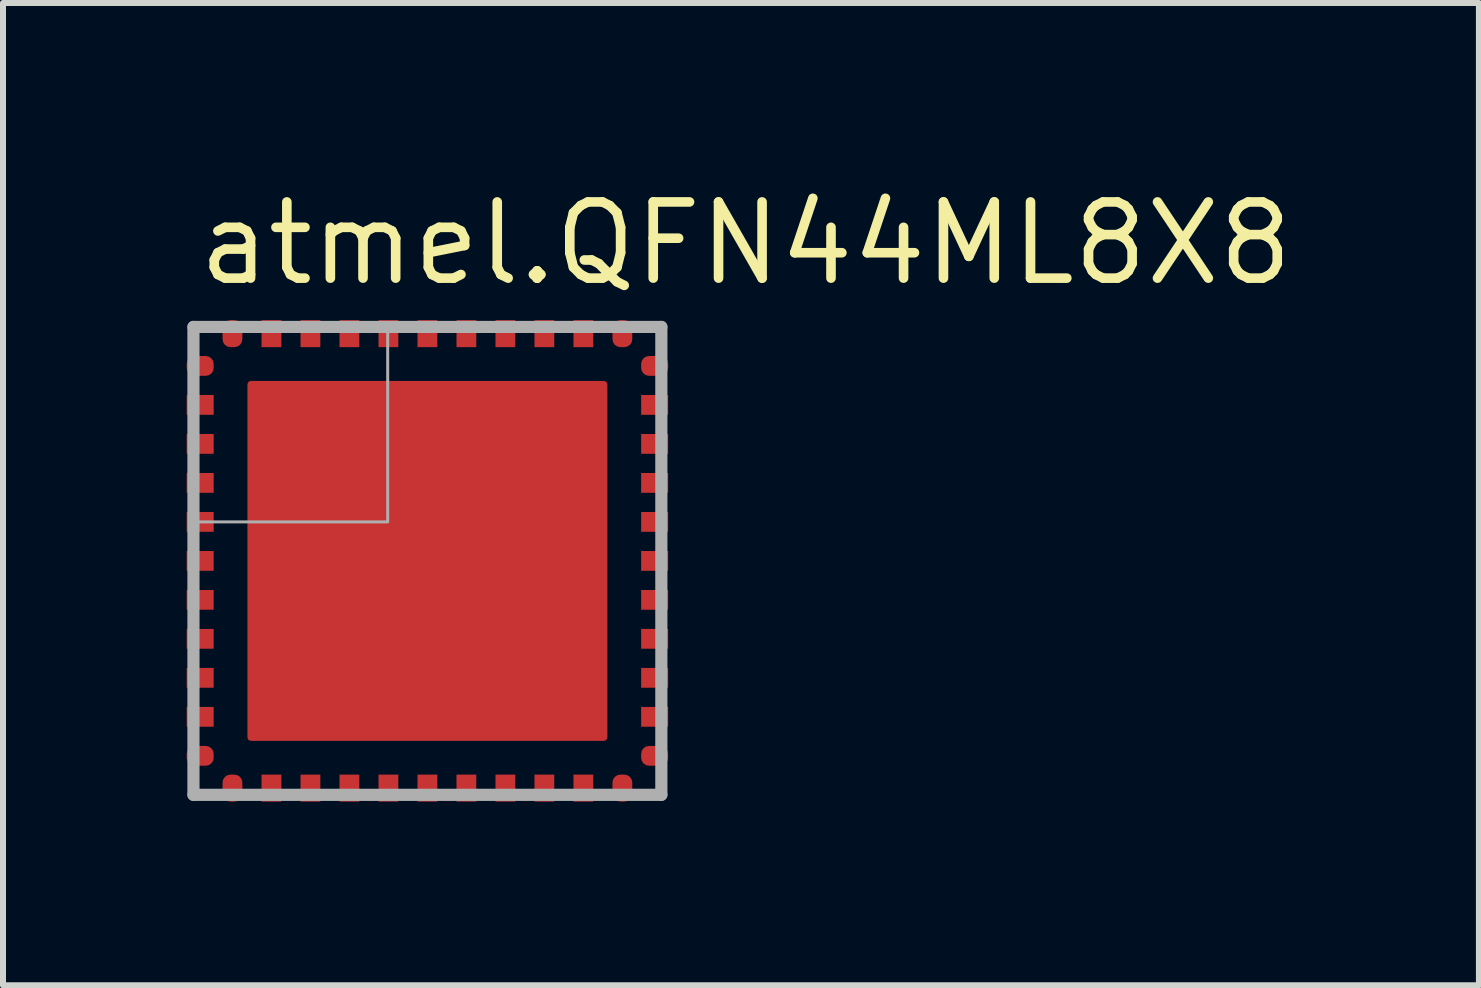
<source format=kicad_pcb>
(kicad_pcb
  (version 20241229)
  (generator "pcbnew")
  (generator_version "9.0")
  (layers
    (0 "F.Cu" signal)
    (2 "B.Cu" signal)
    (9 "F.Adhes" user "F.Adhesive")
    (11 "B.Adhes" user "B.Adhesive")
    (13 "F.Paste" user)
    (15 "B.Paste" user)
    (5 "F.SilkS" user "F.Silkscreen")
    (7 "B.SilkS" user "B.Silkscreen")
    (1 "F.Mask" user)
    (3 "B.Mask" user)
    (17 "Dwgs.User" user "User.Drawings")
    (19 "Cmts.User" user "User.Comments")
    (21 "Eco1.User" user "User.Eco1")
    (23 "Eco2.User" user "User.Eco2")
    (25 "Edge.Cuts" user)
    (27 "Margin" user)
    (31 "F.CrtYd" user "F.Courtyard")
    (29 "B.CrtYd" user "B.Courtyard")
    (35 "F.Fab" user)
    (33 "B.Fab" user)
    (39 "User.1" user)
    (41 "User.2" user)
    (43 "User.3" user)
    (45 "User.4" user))
  (footprint "atmel.QFN44ML8X8"
    (layer "F.Cu")
    (at 4.075 6.3)
    (property "Reference" "atmel.QFN44ML8X8" (at -3.9 -4.55 0) (layer "F.SilkS") (effects (font (size 1.27 1.27) (thickness 0.16)) (justify left bottom)))
    (attr smd)
    (fp_rect (start -4.05 -3.05) (end -3.525 -3.45) (stroke (width 0.05) (type default)) (fill yes) (layer "F.Mask"))
    (fp_rect (start -4.05 -2.4) (end -3.525 -2.8) (stroke (width 0.05) (type default)) (fill yes) (layer "F.Mask"))
    (fp_rect (start -4.05 -1.75) (end -3.525 -2.15) (stroke (width 0.05) (type default)) (fill yes) (layer "F.Mask"))
    (fp_rect (start -4.05 -1.1) (end -3.525 -1.5) (stroke (width 0.05) (type default)) (fill yes) (layer "F.Mask"))
    (fp_rect (start -4.05 -0.45) (end -3.525 -0.85) (stroke (width 0.05) (type default)) (fill yes) (layer "F.Mask"))
    (fp_rect (start -4.05 0.2) (end -3.525 -0.2) (stroke (width 0.05) (type default)) (fill yes) (layer "F.Mask"))
    (fp_rect (start -4.05 0.85) (end -3.525 0.45) (stroke (width 0.05) (type default)) (fill yes) (layer "F.Mask"))
    (fp_rect (start -4.05 1.5) (end -3.525 1.1) (stroke (width 0.05) (type default)) (fill yes) (layer "F.Mask"))
    (fp_rect (start -4.05 2.15) (end -3.525 1.75) (stroke (width 0.05) (type default)) (fill yes) (layer "F.Mask"))
    (fp_rect (start -4.05 2.8) (end -3.525 2.4) (stroke (width 0.05) (type default)) (fill yes) (layer "F.Mask"))
    (fp_rect (start -4.05 3.45) (end -3.525 3.05) (stroke (width 0.05) (type default)) (fill yes) (layer "F.Mask"))
    (fp_rect (start -3.45 -3.525) (end -3.05 -4.05) (stroke (width 0.05) (type default)) (fill yes) (layer "F.Mask"))
    (fp_rect (start -3.45 4.05) (end -3.05 3.525) (stroke (width 0.05) (type default)) (fill yes) (layer "F.Mask"))
    (fp_rect (start -2.962 2.962) (end 2.962 -2.962) (stroke (width 0.05) (type default)) (fill yes) (layer "F.Mask"))
    (fp_rect (start -2.8 -3.525) (end -2.4 -4.05) (stroke (width 0.05) (type default)) (fill yes) (layer "F.Mask"))
    (fp_rect (start -2.8 4.05) (end -2.4 3.525) (stroke (width 0.05) (type default)) (fill yes) (layer "F.Mask"))
    (fp_rect (start -2.15 -3.525) (end -1.75 -4.05) (stroke (width 0.05) (type default)) (fill yes) (layer "F.Mask"))
    (fp_rect (start -2.15 4.05) (end -1.75 3.525) (stroke (width 0.05) (type default)) (fill yes) (layer "F.Mask"))
    (fp_rect (start -1.5 -3.525) (end -1.1 -4.05) (stroke (width 0.05) (type default)) (fill yes) (layer "F.Mask"))
    (fp_rect (start -1.5 4.05) (end -1.1 3.525) (stroke (width 0.05) (type default)) (fill yes) (layer "F.Mask"))
    (fp_rect (start -0.85 -3.525) (end -0.45 -4.05) (stroke (width 0.05) (type default)) (fill yes) (layer "F.Mask"))
    (fp_rect (start -0.85 4.05) (end -0.45 3.525) (stroke (width 0.05) (type default)) (fill yes) (layer "F.Mask"))
    (fp_rect (start -0.2 -3.525) (end 0.2 -4.05) (stroke (width 0.05) (type default)) (fill yes) (layer "F.Mask"))
    (fp_rect (start -0.2 4.05) (end 0.2 3.525) (stroke (width 0.05) (type default)) (fill yes) (layer "F.Mask"))
    (fp_rect (start 0.45 -3.525) (end 0.85 -4.05) (stroke (width 0.05) (type default)) (fill yes) (layer "F.Mask"))
    (fp_rect (start 0.45 4.05) (end 0.85 3.525) (stroke (width 0.05) (type default)) (fill yes) (layer "F.Mask"))
    (fp_rect (start 1.1 -3.525) (end 1.5 -4.05) (stroke (width 0.05) (type default)) (fill yes) (layer "F.Mask"))
    (fp_rect (start 1.1 4.05) (end 1.5 3.525) (stroke (width 0.05) (type default)) (fill yes) (layer "F.Mask"))
    (fp_rect (start 1.75 -3.525) (end 2.15 -4.05) (stroke (width 0.05) (type default)) (fill yes) (layer "F.Mask"))
    (fp_rect (start 1.75 4.05) (end 2.15 3.525) (stroke (width 0.05) (type default)) (fill yes) (layer "F.Mask"))
    (fp_rect (start 2.4 -3.525) (end 2.8 -4.05) (stroke (width 0.05) (type default)) (fill yes) (layer "F.Mask"))
    (fp_rect (start 2.4 4.05) (end 2.8 3.525) (stroke (width 0.05) (type default)) (fill yes) (layer "F.Mask"))
    (fp_rect (start 3.05 -3.525) (end 3.45 -4.05) (stroke (width 0.05) (type default)) (fill yes) (layer "F.Mask"))
    (fp_rect (start 3.05 4.05) (end 3.45 3.525) (stroke (width 0.05) (type default)) (fill yes) (layer "F.Mask"))
    (fp_rect (start 3.525 -3.05) (end 4.05 -3.45) (stroke (width 0.05) (type default)) (fill yes) (layer "F.Mask"))
    (fp_rect (start 3.525 -2.4) (end 4.05 -2.8) (stroke (width 0.05) (type default)) (fill yes) (layer "F.Mask"))
    (fp_rect (start 3.525 -1.75) (end 4.05 -2.15) (stroke (width 0.05) (type default)) (fill yes) (layer "F.Mask"))
    (fp_rect (start 3.525 -1.1) (end 4.05 -1.5) (stroke (width 0.05) (type default)) (fill yes) (layer "F.Mask"))
    (fp_rect (start 3.525 -0.45) (end 4.05 -0.85) (stroke (width 0.05) (type default)) (fill yes) (layer "F.Mask"))
    (fp_rect (start 3.525 0.2) (end 4.05 -0.2) (stroke (width 0.05) (type default)) (fill yes) (layer "F.Mask"))
    (fp_rect (start 3.525 0.85) (end 4.05 0.45) (stroke (width 0.05) (type default)) (fill yes) (layer "F.Mask"))
    (fp_rect (start 3.525 1.5) (end 4.05 1.1) (stroke (width 0.05) (type default)) (fill yes) (layer "F.Mask"))
    (fp_rect (start 3.525 2.15) (end 4.05 1.75) (stroke (width 0.05) (type default)) (fill yes) (layer "F.Mask"))
    (fp_rect (start 3.525 2.8) (end 4.05 2.4) (stroke (width 0.05) (type default)) (fill yes) (layer "F.Mask"))
    (fp_rect (start 3.525 3.45) (end 4.05 3.05) (stroke (width 0.05) (type default)) (fill yes) (layer "F.Mask"))
    (fp_line (start -3.9 -3.9) (end -3.9 3.9) (stroke (width 0.203) (type default)) (layer "F.Fab"))
    (fp_line (start -3.9 3.9) (end 3.9 3.9) (stroke (width 0.203) (type default)) (layer "F.Fab"))
    (fp_line (start 3.9 -3.9) (end -3.9 -3.9) (stroke (width 0.203) (type default)) (layer "F.Fab"))
    (fp_line (start 3.9 3.9) (end 3.9 -3.9) (stroke (width 0.203) (type default)) (layer "F.Fab"))
    (fp_rect (start -3.837 -0.65) (end -0.662 -3.837) (stroke (width 0.05) (type default)) (fill no) (layer "F.Fab"))
    (pad "1" smd roundrect (at -3.788 -3.25) (size 0.45 0.33) (layers "F.Cu" "F.Mask" "F.Paste") (roundrect_rratio 0.4))
    (pad "2" smd roundrect (at -3.788 -2.6) (size 0.45 0.33) (layers "F.Cu" "F.Mask" "F.Paste") (roundrect_rratio 0.01))
    (pad "3" smd roundrect (at -3.788 -1.95) (size 0.45 0.33) (layers "F.Cu" "F.Mask" "F.Paste") (roundrect_rratio 0.01))
    (pad "4" smd roundrect (at -3.788 -1.3) (size 0.45 0.33) (layers "F.Cu" "F.Mask" "F.Paste") (roundrect_rratio 0.01))
    (pad "5" smd roundrect (at -3.788 -0.65) (size 0.45 0.33) (layers "F.Cu" "F.Mask" "F.Paste") (roundrect_rratio 0.01))
    (pad "6" smd roundrect (at -3.788 0) (size 0.45 0.33) (layers "F.Cu" "F.Mask" "F.Paste") (roundrect_rratio 0.01))
    (pad "7" smd roundrect (at -3.788 0.65) (size 0.45 0.33) (layers "F.Cu" "F.Mask" "F.Paste") (roundrect_rratio 0.01))
    (pad "8" smd roundrect (at -3.788 1.3) (size 0.45 0.33) (layers "F.Cu" "F.Mask" "F.Paste") (roundrect_rratio 0.01))
    (pad "9" smd roundrect (at -3.788 1.95) (size 0.45 0.33) (layers "F.Cu" "F.Mask" "F.Paste") (roundrect_rratio 0.01))
    (pad "10" smd roundrect (at -3.788 2.6) (size 0.45 0.33) (layers "F.Cu" "F.Mask" "F.Paste") (roundrect_rratio 0.01))
    (pad "11" smd roundrect (at -3.788 3.25) (size 0.45 0.33) (layers "F.Cu" "F.Mask" "F.Paste") (roundrect_rratio 0.4))
    (pad "12" smd roundrect (at -3.25 3.788 90) (size 0.45 0.33) (layers "F.Cu" "F.Mask" "F.Paste") (roundrect_rratio 0.4))
    (pad "13" smd roundrect (at -2.6 3.788 90) (size 0.45 0.33) (layers "F.Cu" "F.Mask" "F.Paste") (roundrect_rratio 0.01))
    (pad "14" smd roundrect (at -1.95 3.788 90) (size 0.45 0.33) (layers "F.Cu" "F.Mask" "F.Paste") (roundrect_rratio 0.01))
    (pad "15" smd roundrect (at -1.3 3.788 90) (size 0.45 0.33) (layers "F.Cu" "F.Mask" "F.Paste") (roundrect_rratio 0.01))
    (pad "16" smd roundrect (at -0.65 3.788 90) (size 0.45 0.33) (layers "F.Cu" "F.Mask" "F.Paste") (roundrect_rratio 0.01))
    (pad "17" smd roundrect (at 0 3.788 90) (size 0.45 0.33) (layers "F.Cu" "F.Mask" "F.Paste") (roundrect_rratio 0.01))
    (pad "18" smd roundrect (at 0.65 3.788 90) (size 0.45 0.33) (layers "F.Cu" "F.Mask" "F.Paste") (roundrect_rratio 0.01))
    (pad "19" smd roundrect (at 1.3 3.788 90) (size 0.45 0.33) (layers "F.Cu" "F.Mask" "F.Paste") (roundrect_rratio 0.01))
    (pad "20" smd roundrect (at 1.95 3.788 90) (size 0.45 0.33) (layers "F.Cu" "F.Mask" "F.Paste") (roundrect_rratio 0.01))
    (pad "21" smd roundrect (at 2.6 3.788 90) (size 0.45 0.33) (layers "F.Cu" "F.Mask" "F.Paste") (roundrect_rratio 0.01))
    (pad "22" smd roundrect (at 3.25 3.788 90) (size 0.45 0.33) (layers "F.Cu" "F.Mask" "F.Paste") (roundrect_rratio 0.4))
    (pad "23" smd roundrect (at 3.788 3.25 180) (size 0.45 0.33) (layers "F.Cu" "F.Mask" "F.Paste") (roundrect_rratio 0.4))
    (pad "24" smd roundrect (at 3.788 2.6 180) (size 0.45 0.33) (layers "F.Cu" "F.Mask" "F.Paste") (roundrect_rratio 0.01))
    (pad "25" smd roundrect (at 3.788 1.95 180) (size 0.45 0.33) (layers "F.Cu" "F.Mask" "F.Paste") (roundrect_rratio 0.01))
    (pad "26" smd roundrect (at 3.788 1.3 180) (size 0.45 0.33) (layers "F.Cu" "F.Mask" "F.Paste") (roundrect_rratio 0.01))
    (pad "27" smd roundrect (at 3.788 0.65 180) (size 0.45 0.33) (layers "F.Cu" "F.Mask" "F.Paste") (roundrect_rratio 0.01))
    (pad "28" smd roundrect (at 3.788 0 180) (size 0.45 0.33) (layers "F.Cu" "F.Mask" "F.Paste") (roundrect_rratio 0.01))
    (pad "29" smd roundrect (at 3.788 -0.65 180) (size 0.45 0.33) (layers "F.Cu" "F.Mask" "F.Paste") (roundrect_rratio 0.01))
    (pad "30" smd roundrect (at 3.788 -1.3 180) (size 0.45 0.33) (layers "F.Cu" "F.Mask" "F.Paste") (roundrect_rratio 0.01))
    (pad "31" smd roundrect (at 3.788 -1.95 180) (size 0.45 0.33) (layers "F.Cu" "F.Mask" "F.Paste") (roundrect_rratio 0.01))
    (pad "32" smd roundrect (at 3.788 -2.6 180) (size 0.45 0.33) (layers "F.Cu" "F.Mask" "F.Paste") (roundrect_rratio 0.01))
    (pad "33" smd roundrect (at 3.788 -3.25 180) (size 0.45 0.33) (layers "F.Cu" "F.Mask" "F.Paste") (roundrect_rratio 0.4))
    (pad "34" smd roundrect (at 3.25 -3.788 270) (size 0.45 0.33) (layers "F.Cu" "F.Mask" "F.Paste") (roundrect_rratio 0.4))
    (pad "35" smd roundrect (at 2.6 -3.788 270) (size 0.45 0.33) (layers "F.Cu" "F.Mask" "F.Paste") (roundrect_rratio 0.01))
    (pad "36" smd roundrect (at 1.95 -3.788 270) (size 0.45 0.33) (layers "F.Cu" "F.Mask" "F.Paste") (roundrect_rratio 0.01))
    (pad "37" smd roundrect (at 1.3 -3.788 270) (size 0.45 0.33) (layers "F.Cu" "F.Mask" "F.Paste") (roundrect_rratio 0.01))
    (pad "38" smd roundrect (at 0.65 -3.788 270) (size 0.45 0.33) (layers "F.Cu" "F.Mask" "F.Paste") (roundrect_rratio 0.01))
    (pad "39" smd roundrect (at 0 -3.788 270) (size 0.45 0.33) (layers "F.Cu" "F.Mask" "F.Paste") (roundrect_rratio 0.01))
    (pad "40" smd roundrect (at -0.65 -3.788 270) (size 0.45 0.33) (layers "F.Cu" "F.Mask" "F.Paste") (roundrect_rratio 0.01))
    (pad "41" smd roundrect (at -1.3 -3.788 270) (size 0.45 0.33) (layers "F.Cu" "F.Mask" "F.Paste") (roundrect_rratio 0.01))
    (pad "42" smd roundrect (at -1.95 -3.788 270) (size 0.45 0.33) (layers "F.Cu" "F.Mask" "F.Paste") (roundrect_rratio 0.01))
    (pad "43" smd roundrect (at -2.6 -3.788 270) (size 0.45 0.33) (layers "F.Cu" "F.Mask" "F.Paste") (roundrect_rratio 0.01))
    (pad "44" smd roundrect (at -3.25 -3.788 270) (size 0.45 0.33) (layers "F.Cu" "F.Mask" "F.Paste") (roundrect_rratio 0.4))
    (pad "EXP" smd roundrect (at 0 0) (size 6 6) (layers "F.Cu" "F.Mask" "F.Paste") (roundrect_rratio 0.01)))
  (gr_rect
    (start -3 -3)
    (end 21.604 13.375)
    (stroke (width 0.1) (type default))
    (fill no)
    (layer "Edge.Cuts")))
</source>
